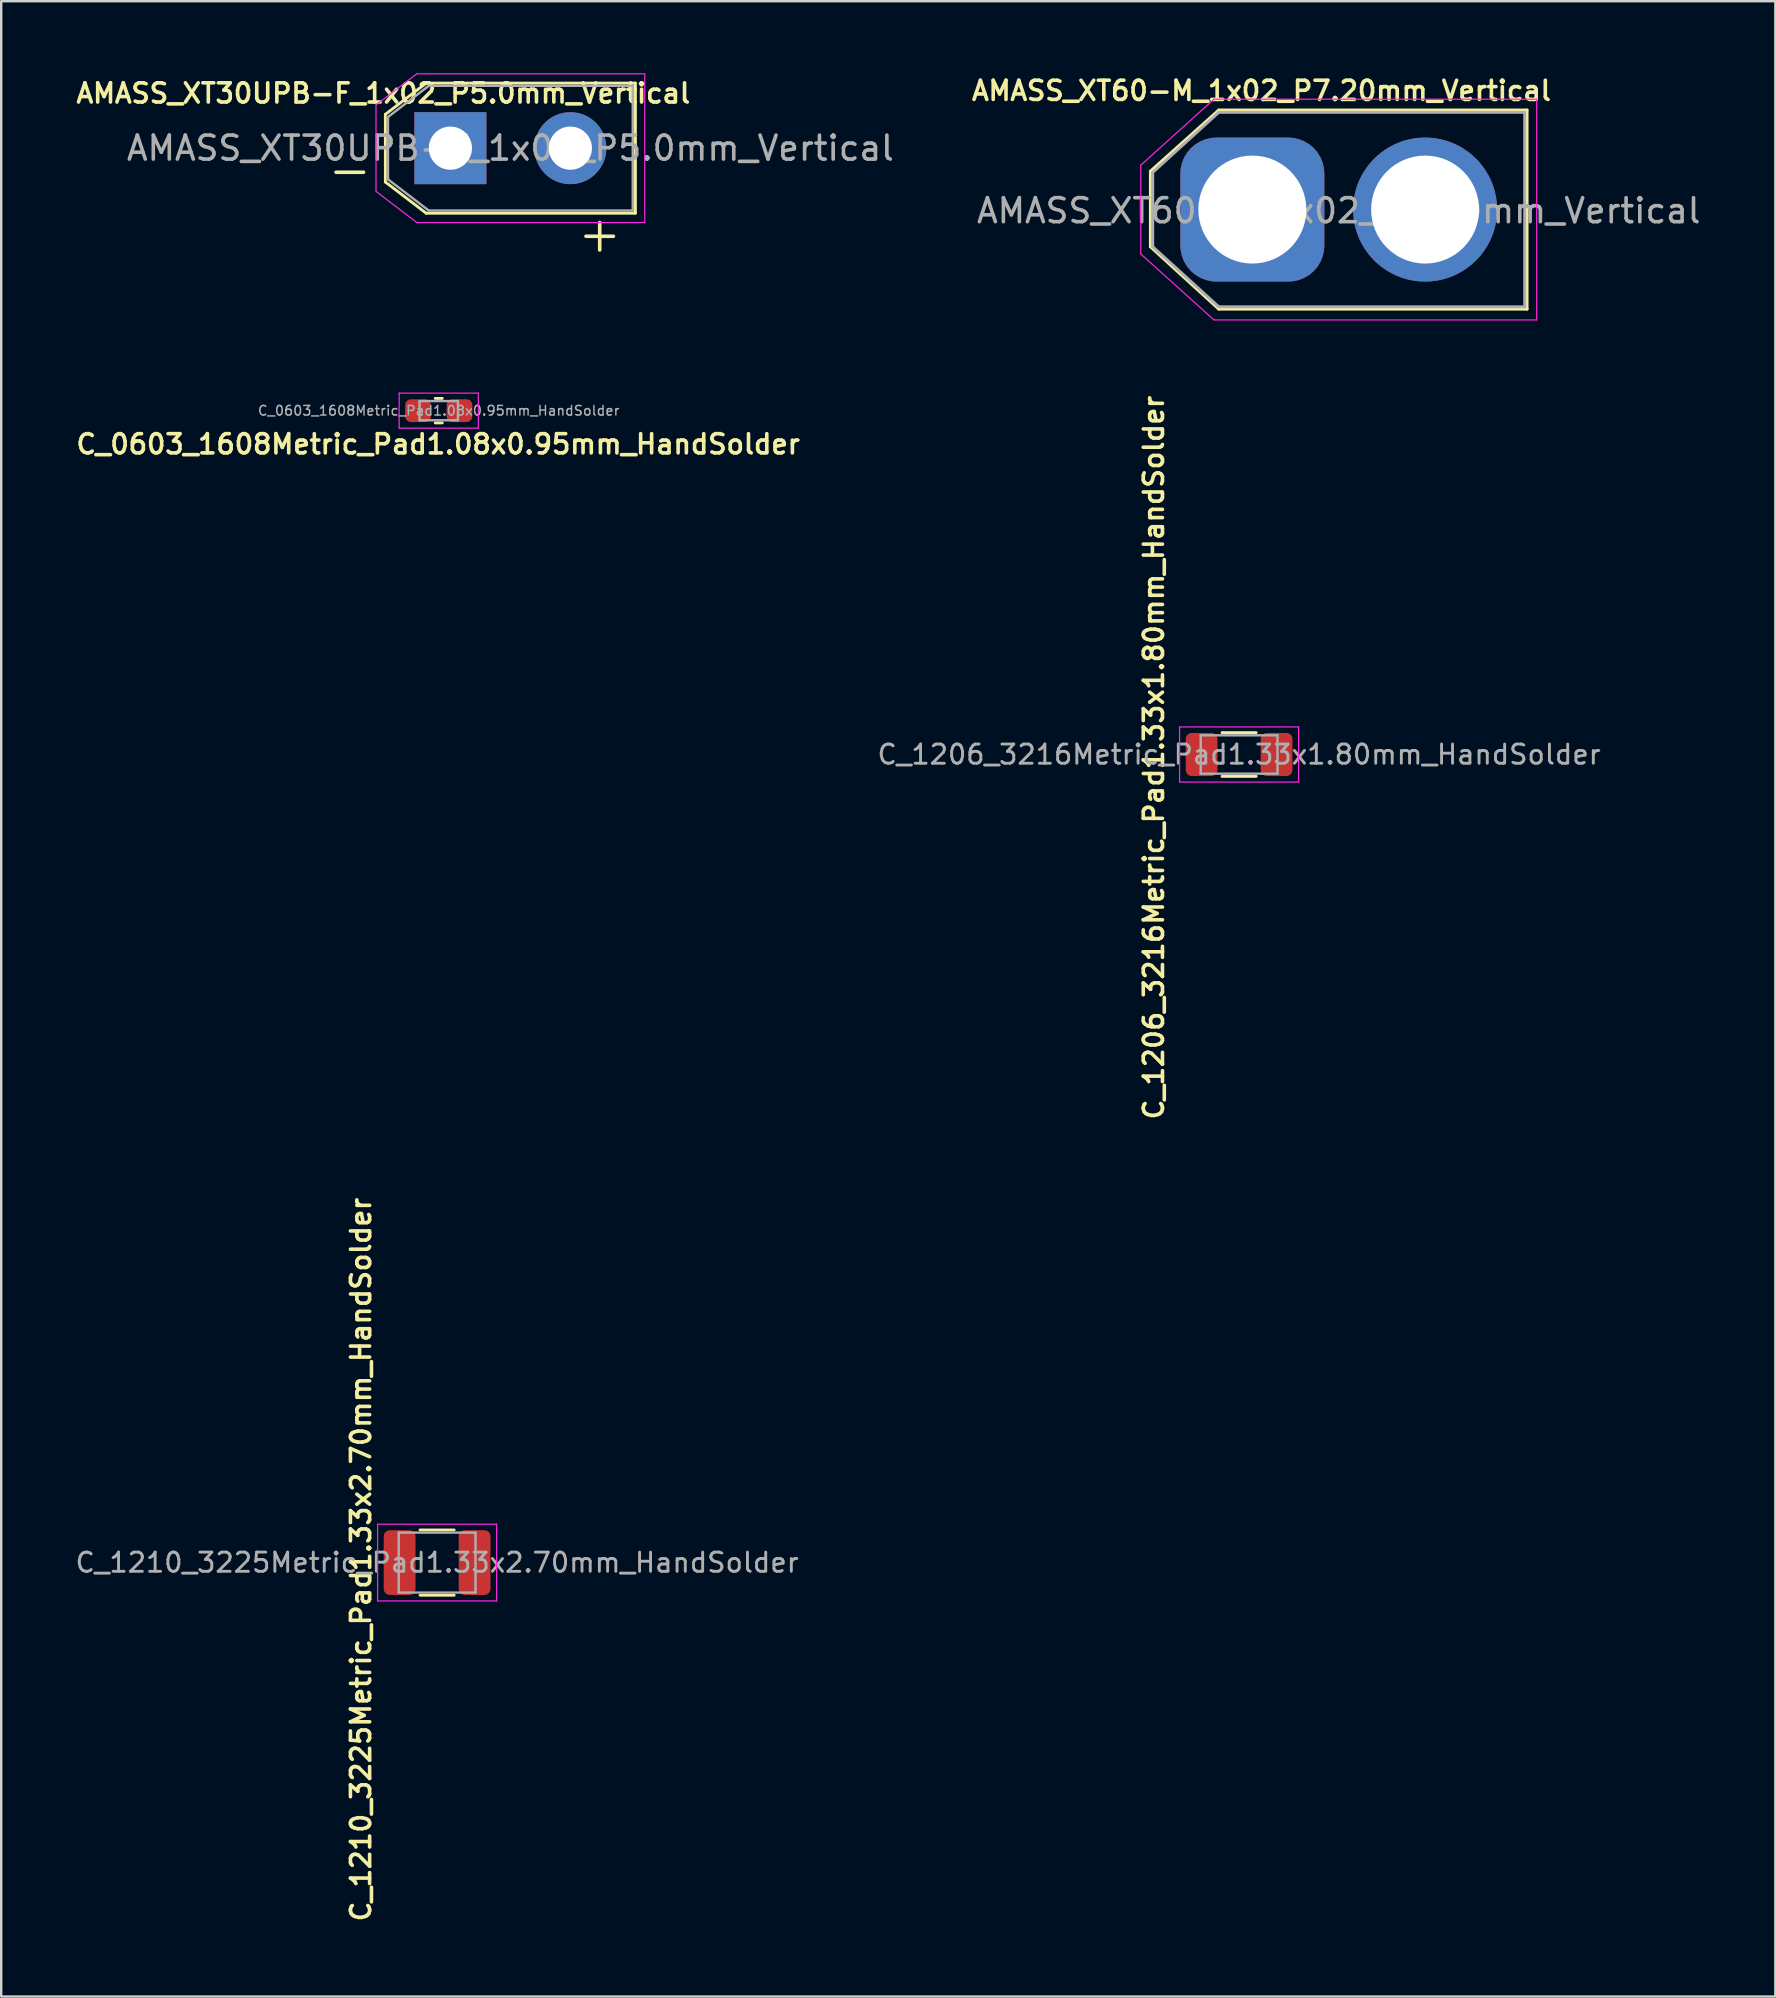
<source format=kicad_pcb>
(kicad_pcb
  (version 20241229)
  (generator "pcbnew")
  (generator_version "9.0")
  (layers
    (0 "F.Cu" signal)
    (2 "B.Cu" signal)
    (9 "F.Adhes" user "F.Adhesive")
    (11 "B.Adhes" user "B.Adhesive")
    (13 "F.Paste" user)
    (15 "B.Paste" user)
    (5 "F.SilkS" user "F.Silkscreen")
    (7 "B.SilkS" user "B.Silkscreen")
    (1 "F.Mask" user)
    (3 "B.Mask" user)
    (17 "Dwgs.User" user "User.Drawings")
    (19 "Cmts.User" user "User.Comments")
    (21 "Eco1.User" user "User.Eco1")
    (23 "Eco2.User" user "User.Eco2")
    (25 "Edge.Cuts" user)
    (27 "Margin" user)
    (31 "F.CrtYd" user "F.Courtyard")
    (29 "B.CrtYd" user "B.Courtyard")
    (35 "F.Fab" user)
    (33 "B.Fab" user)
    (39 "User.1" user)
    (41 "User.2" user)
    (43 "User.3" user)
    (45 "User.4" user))
  (footprint "AMASS_XT60-M_1x02_P7.20mm_Vertical"
    (layer "F.Cu")
    (at 49.142 5.684)
    (property "Reference" "AMASS_XT60-M_1x02_P7.20mm_Vertical" (at 0.381 -4.953 180) (layer "F.SilkS") (effects (font (size 0.8 0.8) (thickness 0.15))))
    (attr through_hole)
    (fp_line (start -4.25 -1.6) (end -4.25 1.55) (stroke (width 0.12) (type solid)) (layer "F.SilkS"))
    (fp_line (start -4.25 1.55) (end -1.4 4.15) (stroke (width 0.12) (type solid)) (layer "F.SilkS"))
    (fp_line (start -1.4 -4.15) (end -4.25 -1.6) (stroke (width 0.12) (type solid)) (layer "F.SilkS"))
    (fp_line (start -1.4 4.15) (end 11.45 4.15) (stroke (width 0.12) (type solid)) (layer "F.SilkS"))
    (fp_line (start 11.45 -4.15) (end -1.4 -4.15) (stroke (width 0.12) (type solid)) (layer "F.SilkS"))
    (fp_line (start 11.45 4.15) (end 11.45 -4.15) (stroke (width 0.12) (type solid)) (layer "F.SilkS"))
    (fp_line (start -4.65 -1.85) (end -1.6 -4.6) (stroke (width 0.05) (type solid)) (layer "F.CrtYd"))
    (fp_line (start -4.65 1.85) (end -4.65 -1.85) (stroke (width 0.05) (type solid)) (layer "F.CrtYd"))
    (fp_line (start -1.6 -4.6) (end 11.85 -4.6) (stroke (width 0.05) (type solid)) (layer "F.CrtYd"))
    (fp_line (start -1.6 4.6) (end -4.65 1.85) (stroke (width 0.05) (type solid)) (layer "F.CrtYd"))
    (fp_line (start 11.85 -4.6) (end 11.85 4.6) (stroke (width 0.05) (type solid)) (layer "F.CrtYd"))
    (fp_line (start 11.85 4.6) (end -1.6 4.6) (stroke (width 0.05) (type solid)) (layer "F.CrtYd"))
    (fp_line (start -4.15 -1.55) (end -4.15 1.55) (stroke (width 0.12) (type solid)) (layer "F.Fab"))
    (fp_line (start -4.15 1.55) (end -1.4 4.05) (stroke (width 0.12) (type solid)) (layer "F.Fab"))
    (fp_line (start -1.4 -4.05) (end -4.15 -1.55) (stroke (width 0.12) (type solid)) (layer "F.Fab"))
    (fp_line (start -1.4 4.05) (end 11.35 4.05) (stroke (width 0.12) (type solid)) (layer "F.Fab"))
    (fp_line (start 11.35 -4.05) (end -1.4 -4.05) (stroke (width 0.12) (type solid)) (layer "F.Fab"))
    (fp_line (start 11.35 4.05) (end 11.35 -4.05) (stroke (width 0.12) (type solid)) (layer "F.Fab"))
    (fp_text user "${REFERENCE}" (at 3.6 0.05 0) (layer "F.Fab") (effects (font (size 1 1) (thickness 0.15))))
    (pad "1" thru_hole circle (at 7.2 0) (size 6 6) (drill 4.5) (layers "*.Cu" "*.Mask"))
    (pad "2" thru_hole roundrect (at 0 0) (size 6 6) (drill 4.5) (layers "*.Cu" "*.Mask") (roundrect_rratio 0.25)))
  (footprint "C_1206_3216Metric_Pad1.33x1.80mm_HandSolder"
    (layer "F.Cu")
    (at 48.59 28.394)
    (property "Reference" "C_1206_3216Metric_Pad1.33x1.80mm_HandSolder" (at -3.556 0.127 90) (layer "F.SilkS") (effects (font (size 0.8 0.8) (thickness 0.15))))
    (attr smd)
    (fp_line (start -0.711 -0.91) (end 0.711 -0.91) (stroke (width 0.12) (type solid)) (layer "F.SilkS"))
    (fp_line (start -0.711 0.91) (end 0.711 0.91) (stroke (width 0.12) (type solid)) (layer "F.SilkS"))
    (fp_line (start -2.48 -1.15) (end 2.48 -1.15) (stroke (width 0.05) (type solid)) (layer "F.CrtYd"))
    (fp_line (start -2.48 1.15) (end -2.48 -1.15) (stroke (width 0.05) (type solid)) (layer "F.CrtYd"))
    (fp_line (start 2.48 -1.15) (end 2.48 1.15) (stroke (width 0.05) (type solid)) (layer "F.CrtYd"))
    (fp_line (start 2.48 1.15) (end -2.48 1.15) (stroke (width 0.05) (type solid)) (layer "F.CrtYd"))
    (fp_line (start -1.6 -0.8) (end 1.6 -0.8) (stroke (width 0.1) (type solid)) (layer "F.Fab"))
    (fp_line (start -1.6 0.8) (end -1.6 -0.8) (stroke (width 0.1) (type solid)) (layer "F.Fab"))
    (fp_line (start 1.6 -0.8) (end 1.6 0.8) (stroke (width 0.1) (type solid)) (layer "F.Fab"))
    (fp_line (start 1.6 0.8) (end -1.6 0.8) (stroke (width 0.1) (type solid)) (layer "F.Fab"))
    (fp_text user "${REFERENCE}" (at 0 0 0) (layer "F.Fab") (effects (font (size 0.8 0.8) (thickness 0.12))))
    (pad "1" smd roundrect (at -1.562 0 180) (size 1.325 1.8) (layers "F.Cu" "F.Mask" "F.Paste") (roundrect_rratio 0.189))
    (pad "2" smd roundrect (at 1.562 0 180) (size 1.325 1.8) (layers "F.Cu" "F.Mask" "F.Paste") (roundrect_rratio 0.189)))
  (footprint "AMASS_XT30UPB-F_1x02_P5.0mm_Vertical"
    (layer "F.Cu")
    (at 15.72 3.125)
    (property "Reference" "AMASS_XT30UPB-F_1x02_P5.0mm_Vertical" (at -2.794 -2.286 0) (layer "F.SilkS") (effects (font (size 0.8 0.8) (thickness 0.15))))
    (attr through_hole)
    (fp_line (start -2.71 -1.41) (end -2.71 1.41) (stroke (width 0.12) (type solid)) (layer "F.SilkS"))
    (fp_line (start -2.71 -1.41) (end -1.01 -2.71) (stroke (width 0.12) (type solid)) (layer "F.SilkS"))
    (fp_line (start -2.71 1.41) (end -1.01 2.71) (stroke (width 0.12) (type solid)) (layer "F.SilkS"))
    (fp_line (start -1.01 -2.71) (end 7.71 -2.71) (stroke (width 0.12) (type solid)) (layer "F.SilkS"))
    (fp_line (start -1.01 2.71) (end 7.71 2.71) (stroke (width 0.12) (type solid)) (layer "F.SilkS"))
    (fp_line (start 7.71 -2.71) (end 7.71 2.71) (stroke (width 0.12) (type solid)) (layer "F.SilkS"))
    (fp_line (start -3.1 -1.8) (end -3.1 1.8) (stroke (width 0.05) (type solid)) (layer "F.CrtYd"))
    (fp_line (start -3.1 -1.8) (end -1.4 -3.1) (stroke (width 0.05) (type solid)) (layer "F.CrtYd"))
    (fp_line (start -3.1 1.8) (end -1.4 3.1) (stroke (width 0.05) (type solid)) (layer "F.CrtYd"))
    (fp_line (start -1.4 -3.1) (end 8.1 -3.1) (stroke (width 0.05) (type solid)) (layer "F.CrtYd"))
    (fp_line (start -1.4 3.1) (end 8.1 3.1) (stroke (width 0.05) (type solid)) (layer "F.CrtYd"))
    (fp_line (start 8.1 -3.1) (end 8.1 3.1) (stroke (width 0.05) (type solid)) (layer "F.CrtYd"))
    (fp_line (start -2.6 -1.3) (end -2.6 1.3) (stroke (width 0.1) (type solid)) (layer "F.Fab"))
    (fp_line (start -2.6 -1.3) (end -0.9 -2.6) (stroke (width 0.1) (type solid)) (layer "F.Fab"))
    (fp_line (start -2.6 1.3) (end -0.9 2.6) (stroke (width 0.1) (type solid)) (layer "F.Fab"))
    (fp_line (start -0.9 -2.6) (end 7.6 -2.6) (stroke (width 0.1) (type solid)) (layer "F.Fab"))
    (fp_line (start -0.9 2.6) (end 7.6 2.6) (stroke (width 0.1) (type solid)) (layer "F.Fab"))
    (fp_line (start 7.6 -2.6) (end 7.6 2.6) (stroke (width 0.1) (type solid)) (layer "F.Fab"))
    (fp_text user "+" (at 6.223 3.556 0) (layer "F.SilkS") (effects (font (size 1.5 1.5) (thickness 0.15))))
    (fp_text user "-" (at -4.191 0.889 0) (layer "F.SilkS") (effects (font (size 1.5 1.5) (thickness 0.15))))
    (fp_text user "${REFERENCE}" (at 2.5 0 0) (layer "F.Fab") (effects (font (size 1 1) (thickness 0.15))))
    (pad "1" thru_hole circle (at 5 0) (size 3 3) (drill 1.8) (layers "*.Cu" "*.Mask"))
    (pad "2" thru_hole rect (at 0 0) (size 3 3) (drill 1.8) (layers "*.Cu" "*.Mask")))
  (footprint "C_0603_1608Metric_Pad1.08x0.95mm_HandSolder"
    (layer "F.Cu")
    (at 15.235 14.064)
    (property "Reference" "C_0603_1608Metric_Pad1.08x0.95mm_HandSolder" (at -0.024 1.397 0) (layer "F.SilkS") (effects (font (size 0.8 0.8) (thickness 0.15))))
    (attr smd)
    (fp_line (start -0.146 -0.51) (end 0.146 -0.51) (stroke (width 0.12) (type solid)) (layer "F.SilkS"))
    (fp_line (start -0.146 0.51) (end 0.146 0.51) (stroke (width 0.12) (type solid)) (layer "F.SilkS"))
    (fp_line (start -1.65 -0.73) (end 1.65 -0.73) (stroke (width 0.05) (type solid)) (layer "F.CrtYd"))
    (fp_line (start -1.65 0.73) (end -1.65 -0.73) (stroke (width 0.05) (type solid)) (layer "F.CrtYd"))
    (fp_line (start 1.65 -0.73) (end 1.65 0.73) (stroke (width 0.05) (type solid)) (layer "F.CrtYd"))
    (fp_line (start 1.65 0.73) (end -1.65 0.73) (stroke (width 0.05) (type solid)) (layer "F.CrtYd"))
    (fp_line (start -0.8 -0.4) (end 0.8 -0.4) (stroke (width 0.1) (type solid)) (layer "F.Fab"))
    (fp_line (start -0.8 0.4) (end -0.8 -0.4) (stroke (width 0.1) (type solid)) (layer "F.Fab"))
    (fp_line (start 0.8 -0.4) (end 0.8 0.4) (stroke (width 0.1) (type solid)) (layer "F.Fab"))
    (fp_line (start 0.8 0.4) (end -0.8 0.4) (stroke (width 0.1) (type solid)) (layer "F.Fab"))
    (fp_text user "${REFERENCE}" (at 0 0 0) (layer "F.Fab") (effects (font (size 0.4 0.4) (thickness 0.06))))
    (pad "1" smd roundrect (at -0.863 0 180) (size 1.075 0.95) (layers "F.Cu" "F.Mask" "F.Paste") (roundrect_rratio 0.25))
    (pad "2" smd roundrect (at 0.863 0 180) (size 1.075 0.95) (layers "F.Cu" "F.Mask" "F.Paste") (roundrect_rratio 0.25)))
  (footprint "C_1210_3225Metric_Pad1.33x2.70mm_HandSolder"
    (layer "F.Cu")
    (at 15.167 62.071)
    (property "Reference" "C_1210_3225Metric_Pad1.33x2.70mm_HandSolder" (at -3.175 -0.127 90) (layer "F.SilkS") (effects (font (size 0.8 0.8) (thickness 0.15))))
    (attr smd)
    (fp_line (start -0.711 -1.36) (end 0.711 -1.36) (stroke (width 0.12) (type solid)) (layer "F.SilkS"))
    (fp_line (start -0.711 1.36) (end 0.711 1.36) (stroke (width 0.12) (type solid)) (layer "F.SilkS"))
    (fp_line (start -2.48 -1.6) (end 2.48 -1.6) (stroke (width 0.05) (type solid)) (layer "F.CrtYd"))
    (fp_line (start -2.48 1.6) (end -2.48 -1.6) (stroke (width 0.05) (type solid)) (layer "F.CrtYd"))
    (fp_line (start 2.48 -1.6) (end 2.48 1.6) (stroke (width 0.05) (type solid)) (layer "F.CrtYd"))
    (fp_line (start 2.48 1.6) (end -2.48 1.6) (stroke (width 0.05) (type solid)) (layer "F.CrtYd"))
    (fp_line (start -1.6 -1.25) (end 1.6 -1.25) (stroke (width 0.1) (type solid)) (layer "F.Fab"))
    (fp_line (start -1.6 1.25) (end -1.6 -1.25) (stroke (width 0.1) (type solid)) (layer "F.Fab"))
    (fp_line (start 1.6 -1.25) (end 1.6 1.25) (stroke (width 0.1) (type solid)) (layer "F.Fab"))
    (fp_line (start 1.6 1.25) (end -1.6 1.25) (stroke (width 0.1) (type solid)) (layer "F.Fab"))
    (fp_text user "${REFERENCE}" (at 0 0 180) (layer "F.Fab") (effects (font (size 0.8 0.8) (thickness 0.12))))
    (pad "1" smd roundrect (at -1.562 0) (size 1.325 2.7) (layers "F.Cu" "F.Mask" "F.Paste") (roundrect_rratio 0.189))
    (pad "2" smd roundrect (at 1.562 0) (size 1.325 2.7) (layers "F.Cu" "F.Mask" "F.Paste") (roundrect_rratio 0.189)))
  (gr_rect
    (start -3 -3)
    (end 70.939 80.156)
    (stroke (width 0.1) (type default))
    (fill no)
    (layer "Edge.Cuts")))
</source>
